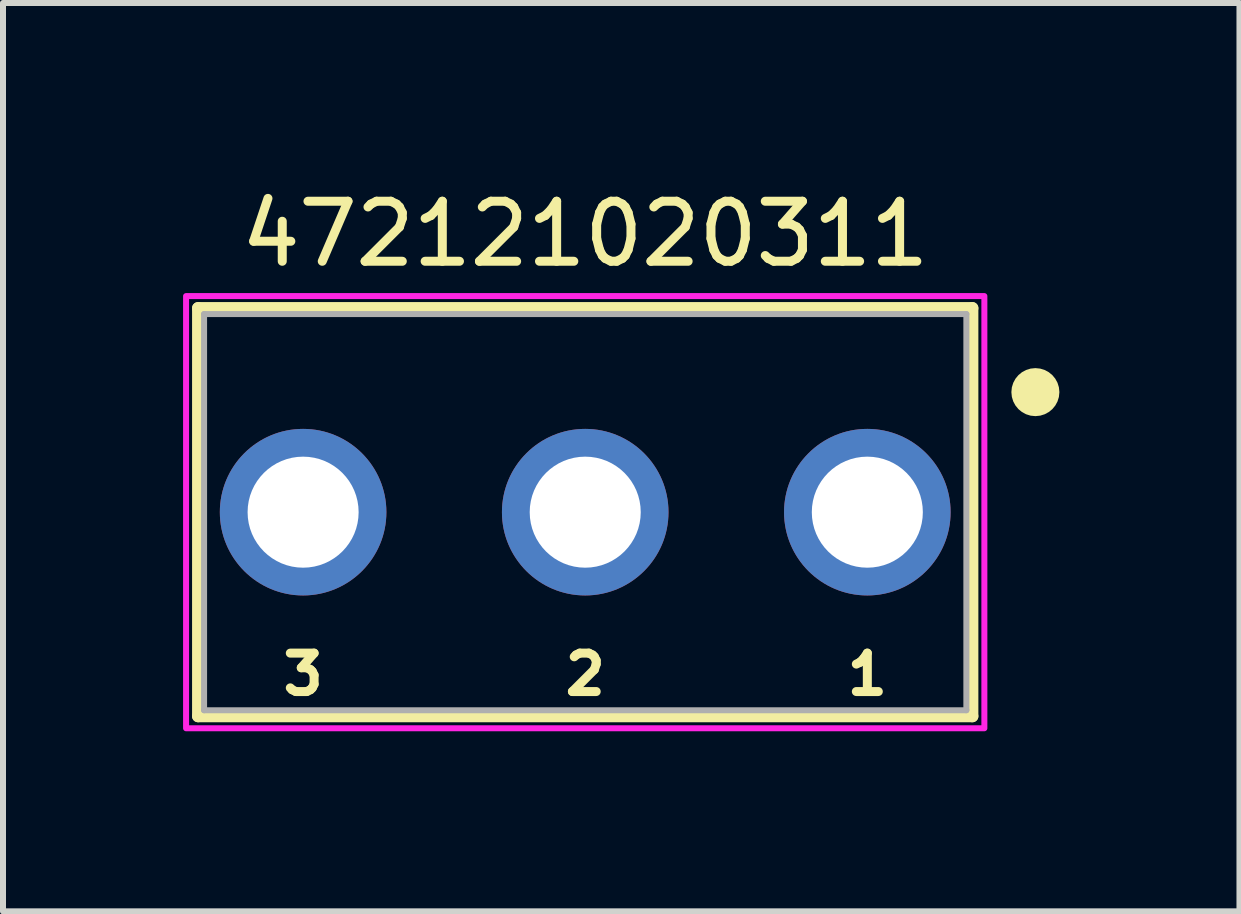
<source format=kicad_pcb>
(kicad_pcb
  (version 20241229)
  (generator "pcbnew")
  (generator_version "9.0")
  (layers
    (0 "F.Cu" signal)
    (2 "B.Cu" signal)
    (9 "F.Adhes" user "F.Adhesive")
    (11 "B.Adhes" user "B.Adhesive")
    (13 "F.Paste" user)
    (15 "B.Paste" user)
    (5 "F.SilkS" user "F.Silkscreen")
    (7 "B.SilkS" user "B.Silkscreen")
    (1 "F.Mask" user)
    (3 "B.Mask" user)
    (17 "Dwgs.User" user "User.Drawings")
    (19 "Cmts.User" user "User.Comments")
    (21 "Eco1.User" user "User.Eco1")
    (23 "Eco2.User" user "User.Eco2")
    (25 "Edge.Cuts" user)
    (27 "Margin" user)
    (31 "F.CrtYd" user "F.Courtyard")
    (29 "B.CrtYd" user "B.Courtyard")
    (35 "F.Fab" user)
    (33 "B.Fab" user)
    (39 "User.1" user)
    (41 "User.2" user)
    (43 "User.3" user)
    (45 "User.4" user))
  (footprint "472121020311"
    (layer "F.Cu")
    (at 6.7 5.483)
    (property "Reference" "472121020311" (at 0 -4.635 0) (layer "F.SilkS") (effects (font (size 1 1) (thickness 0.15))))
    (attr through_hole)
    (fp_line (start -6.45 -3.4) (end 6.45 -3.4) (stroke (width 0.2) (type solid)) (layer "F.SilkS"))
    (fp_line (start -6.45 3.4) (end -6.45 -3.4) (stroke (width 0.2) (type solid)) (layer "F.SilkS"))
    (fp_line (start 6.45 -3.4) (end 6.45 3.4) (stroke (width 0.2) (type solid)) (layer "F.SilkS"))
    (fp_line (start 6.45 3.4) (end -6.45 3.4) (stroke (width 0.2) (type solid)) (layer "F.SilkS"))
    (fp_circle (center 7.5 -2) (end 7.7 -2) (stroke (width 0.4) (type solid)) (fill no) (layer "F.SilkS"))
    (fp_poly (pts (xy -6.65 -3.6) (xy 6.65 -3.6) (xy 6.65 3.6) (xy -6.65 3.6)) (stroke (width 0.1) (type solid)) (fill no) (layer "F.CrtYd"))
    (fp_line (start -6.35 -3.3) (end 6.35 -3.3) (stroke (width 0.1) (type solid)) (layer "F.Fab"))
    (fp_line (start -6.35 3.3) (end -6.35 -3.3) (stroke (width 0.1) (type solid)) (layer "F.Fab"))
    (fp_line (start 6.35 -3.3) (end 6.35 3.3) (stroke (width 0.1) (type solid)) (layer "F.Fab"))
    (fp_line (start 6.35 3.3) (end -6.35 3.3) (stroke (width 0.1) (type solid)) (layer "F.Fab"))
    (fp_text user "3" (at -4.7 2.7 0) (layer "F.SilkS") (effects (font (size 0.64 0.64) (thickness 0.15))))
    (fp_text user "1" (at 4.7 2.7 0) (layer "F.SilkS") (effects (font (size 0.64 0.64) (thickness 0.15))))
    (fp_text user "2" (at 0 2.7 0) (layer "F.SilkS") (effects (font (size 0.64 0.64) (thickness 0.15))))
    (pad "1" thru_hole circle (at 4.7 0) (size 2.775 2.775) (drill 1.85) (layers "*.Cu" "*.Mask"))
    (pad "2" thru_hole circle (at 0 0) (size 2.775 2.775) (drill 1.85) (layers "*.Cu" "*.Mask"))
    (pad "3" thru_hole circle (at -4.7 0) (size 2.775 2.775) (drill 1.85) (layers "*.Cu" "*.Mask")))
  (gr_rect
    (start -3 -3)
    (end 17.6 12.133)
    (stroke (width 0.1) (type default))
    (fill no)
    (layer "Edge.Cuts")))
</source>
